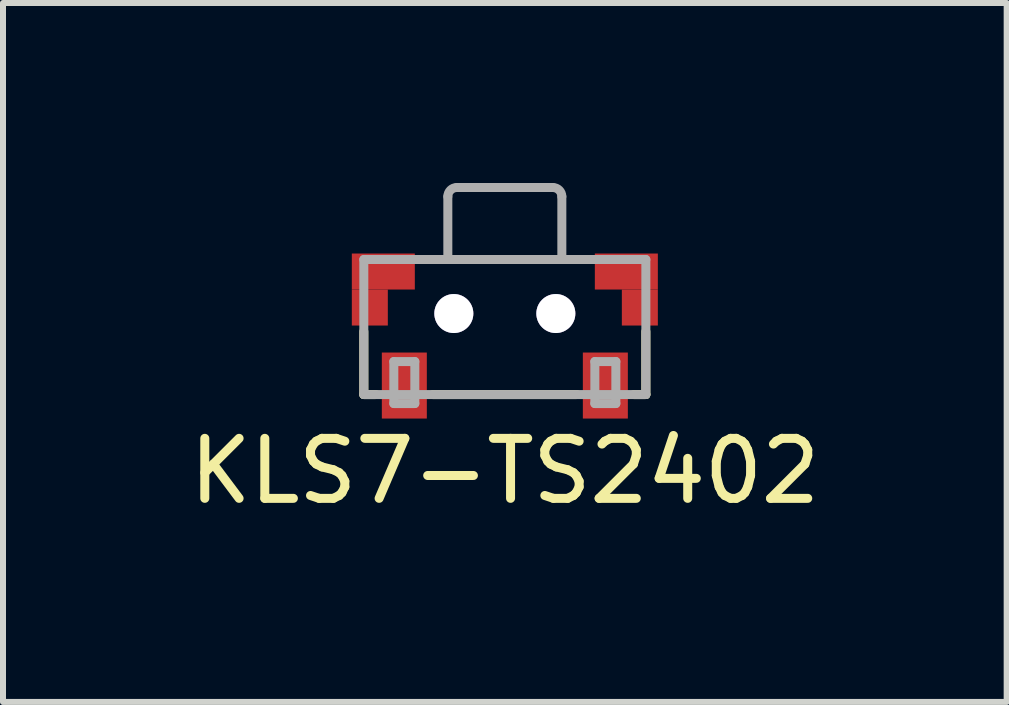
<source format=kicad_pcb>
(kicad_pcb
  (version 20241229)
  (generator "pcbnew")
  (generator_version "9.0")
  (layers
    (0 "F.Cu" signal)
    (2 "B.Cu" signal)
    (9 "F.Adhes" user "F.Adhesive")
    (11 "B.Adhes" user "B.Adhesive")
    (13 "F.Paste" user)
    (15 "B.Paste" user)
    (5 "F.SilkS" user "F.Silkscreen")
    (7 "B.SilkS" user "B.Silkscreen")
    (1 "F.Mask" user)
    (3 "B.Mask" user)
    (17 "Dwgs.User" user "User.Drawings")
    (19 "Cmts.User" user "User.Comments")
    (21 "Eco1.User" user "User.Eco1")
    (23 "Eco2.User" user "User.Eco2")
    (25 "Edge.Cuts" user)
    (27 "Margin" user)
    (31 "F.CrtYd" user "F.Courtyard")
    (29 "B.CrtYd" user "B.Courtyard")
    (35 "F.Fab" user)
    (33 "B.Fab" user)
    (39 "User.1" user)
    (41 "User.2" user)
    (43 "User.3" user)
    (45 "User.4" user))
  (footprint "KLS7-TS2402"
    (layer "F.Cu")
    (at 5.363 2.55)
    (property "Reference" "KLS7-TS2402" (at 0 2.25 0) (layer "F.SilkS") (effects (font (size 1 1) (thickness 0.15))))
    (attr through_hole)
    (fp_line (start -2.35 0.975) (end -2.35 -0.075) (stroke (width 0.15) (type solid)) (layer "F.SilkS"))
    (fp_line (start -2.35 0.975) (end -2.15 0.975) (stroke (width 0.15) (type solid)) (layer "F.SilkS"))
    (fp_line (start -1.2 0.975) (end 1.2 0.975) (stroke (width 0.15) (type solid)) (layer "F.SilkS"))
    (fp_line (start 1.4 -1.275) (end -1.4 -1.275) (stroke (width 0.15) (type solid)) (layer "F.SilkS"))
    (fp_line (start 2.15 0.975) (end 2.35 0.975) (stroke (width 0.15) (type solid)) (layer "F.SilkS"))
    (fp_line (start 2.35 0.975) (end 2.35 -0.075) (stroke (width 0.15) (type solid)) (layer "F.SilkS"))
    (fp_line (start -2.35 0.975) (end -2.35 -1.275) (stroke (width 0.15) (type solid)) (layer "F.Fab"))
    (fp_line (start -2.35 0.975) (end 2.35 0.975) (stroke (width 0.15) (type solid)) (layer "F.Fab"))
    (fp_line (start -1.85 0.425) (end -1.85 1.125) (stroke (width 0.15) (type solid)) (layer "F.Fab"))
    (fp_line (start -1.85 1.125) (end -1.5 1.125) (stroke (width 0.15) (type solid)) (layer "F.Fab"))
    (fp_line (start -1.5 0.425) (end -1.85 0.425) (stroke (width 0.15) (type solid)) (layer "F.Fab"))
    (fp_line (start -1.5 1.125) (end -1.5 0.425) (stroke (width 0.15) (type solid)) (layer "F.Fab"))
    (fp_line (start -0.95 -1.275) (end -0.95 -2.325) (stroke (width 0.15) (type solid)) (layer "F.Fab"))
    (fp_line (start -0.8 -2.475) (end 0.8 -2.475) (stroke (width 0.15) (type solid)) (layer "F.Fab"))
    (fp_line (start 0.95 -2.325) (end 0.95 -1.275) (stroke (width 0.15) (type solid)) (layer "F.Fab"))
    (fp_line (start 1.5 0.425) (end 1.5 1.125) (stroke (width 0.15) (type solid)) (layer "F.Fab"))
    (fp_line (start 1.5 1.125) (end 1.85 1.125) (stroke (width 0.15) (type solid)) (layer "F.Fab"))
    (fp_line (start 1.85 0.425) (end 1.5 0.425) (stroke (width 0.15) (type solid)) (layer "F.Fab"))
    (fp_line (start 1.85 1.125) (end 1.85 0.425) (stroke (width 0.15) (type solid)) (layer "F.Fab"))
    (fp_line (start 2.35 -1.275) (end -2.35 -1.275) (stroke (width 0.15) (type solid)) (layer "F.Fab"))
    (fp_line (start 2.35 0.975) (end 2.35 -1.275) (stroke (width 0.15) (type solid)) (layer "F.Fab"))
    (fp_arc (start -0.95 -2.325) (mid -0.906066 -2.431066) (end -0.8 -2.475) (stroke (width 0.15) (type solid)) (layer "F.Fab"))
    (fp_arc (start 0.8 -2.475) (mid 0.906066 -2.431066) (end 0.95 -2.325) (stroke (width 0.15) (type solid)) (layer "F.Fab"))
    (pad "1" smd rect (at -1.675 0.825) (size 0.75 1.1) (layers "F.Cu" "F.Mask" "F.Paste"))
    (pad "2" smd rect (at 1.675 0.825) (size 0.75 1.1) (layers "F.Cu" "F.Mask" "F.Paste"))
    (pad "~" smd rect (at -2.25 -0.475) (size 0.6 0.6) (layers "F.Cu" "F.Mask" "F.Paste"))
    (pad "~" smd rect (at -2.025 -1.075) (size 1.05 0.6) (layers "F.Cu" "F.Mask" "F.Paste"))
    (pad "~" thru_hole circle (at -0.85 -0.375) (size 0.65 0.65) (drill 0.65) (layers "*.Cu" "*.Mask"))
    (pad "~" thru_hole circle (at 0.85 -0.375) (size 0.65 0.65) (drill 0.65) (layers "*.Cu" "*.Mask"))
    (pad "~" smd rect (at 2.025 -1.075) (size 1.05 0.6) (layers "F.Cu" "F.Mask" "F.Paste"))
    (pad "~" smd rect (at 2.25 -0.475) (size 0.6 0.6) (layers "F.Cu" "F.Mask" "F.Paste")))
  (gr_rect
    (start -3 -3)
    (end 13.726 8.648)
    (stroke (width 0.1) (type default))
    (fill no)
    (layer "Edge.Cuts")))
</source>
